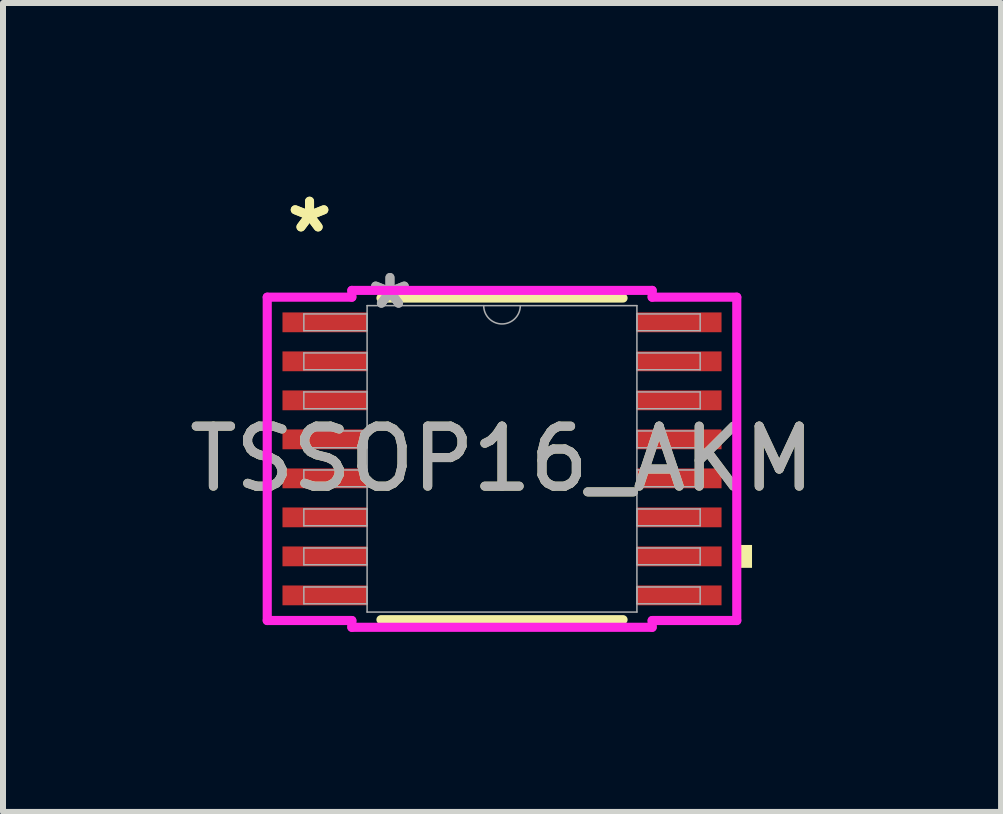
<source format=kicad_pcb>
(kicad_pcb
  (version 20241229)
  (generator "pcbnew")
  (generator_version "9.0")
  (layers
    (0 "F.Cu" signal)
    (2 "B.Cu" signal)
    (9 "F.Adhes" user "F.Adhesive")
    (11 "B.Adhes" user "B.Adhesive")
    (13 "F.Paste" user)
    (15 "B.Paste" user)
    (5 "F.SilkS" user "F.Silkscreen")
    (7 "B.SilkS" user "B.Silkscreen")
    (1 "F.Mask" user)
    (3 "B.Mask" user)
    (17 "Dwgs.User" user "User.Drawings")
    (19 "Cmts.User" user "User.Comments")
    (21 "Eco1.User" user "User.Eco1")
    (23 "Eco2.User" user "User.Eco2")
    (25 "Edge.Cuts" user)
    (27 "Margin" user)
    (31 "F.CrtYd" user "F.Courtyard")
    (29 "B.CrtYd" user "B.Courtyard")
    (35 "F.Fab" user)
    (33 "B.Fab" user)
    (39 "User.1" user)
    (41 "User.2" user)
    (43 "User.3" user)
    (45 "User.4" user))
  (footprint "TSSOP16_AKM"
    (layer "F.Cu")
    (at 5.315 4.596)
    (property "Reference" "TSSOP16_AKM" (at 0 0 0) (unlocked yes) (layer "F.SilkS") (effects (font (size 1 1) (thickness 0.15))))
    (attr smd)
    (fp_line (start -2.017 2.68) (end 2.017 2.68) (stroke (width 0.152) (type solid)) (layer "F.SilkS"))
    (fp_line (start 2.017 -2.68) (end -2.017 -2.68) (stroke (width 0.152) (type solid)) (layer "F.SilkS"))
    (fp_poly (pts (xy 4.166 1.435) (xy 4.166 1.816) (xy 3.912 1.816) (xy 3.912 1.435)) (stroke (width 0) (type solid)) (fill yes) (layer "F.SilkS"))
    (fp_line (start -3.912 -2.694) (end -2.502 -2.694) (stroke (width 0.152) (type solid)) (layer "F.CrtYd"))
    (fp_line (start -3.912 2.694) (end -3.912 -2.694) (stroke (width 0.152) (type solid)) (layer "F.CrtYd"))
    (fp_line (start -3.912 2.694) (end -2.502 2.694) (stroke (width 0.152) (type solid)) (layer "F.CrtYd"))
    (fp_line (start -2.502 -2.807) (end 2.502 -2.807) (stroke (width 0.152) (type solid)) (layer "F.CrtYd"))
    (fp_line (start -2.502 -2.694) (end -2.502 -2.807) (stroke (width 0.152) (type solid)) (layer "F.CrtYd"))
    (fp_line (start -2.502 2.807) (end -2.502 2.694) (stroke (width 0.152) (type solid)) (layer "F.CrtYd"))
    (fp_line (start 2.502 -2.807) (end 2.502 -2.694) (stroke (width 0.152) (type solid)) (layer "F.CrtYd"))
    (fp_line (start 2.502 2.694) (end 2.502 2.807) (stroke (width 0.152) (type solid)) (layer "F.CrtYd"))
    (fp_line (start 2.502 2.807) (end -2.502 2.807) (stroke (width 0.152) (type solid)) (layer "F.CrtYd"))
    (fp_line (start 3.912 -2.694) (end 2.502 -2.694) (stroke (width 0.152) (type solid)) (layer "F.CrtYd"))
    (fp_line (start 3.912 -2.694) (end 3.912 2.694) (stroke (width 0.152) (type solid)) (layer "F.CrtYd"))
    (fp_line (start 3.912 2.694) (end 2.502 2.694) (stroke (width 0.152) (type solid)) (layer "F.CrtYd"))
    (fp_line (start -3.302 -2.415) (end -3.302 -2.135) (stroke (width 0.025) (type solid)) (layer "F.Fab"))
    (fp_line (start -3.302 -2.135) (end -2.248 -2.135) (stroke (width 0.025) (type solid)) (layer "F.Fab"))
    (fp_line (start -3.302 -1.765) (end -3.302 -1.485) (stroke (width 0.025) (type solid)) (layer "F.Fab"))
    (fp_line (start -3.302 -1.485) (end -2.248 -1.485) (stroke (width 0.025) (type solid)) (layer "F.Fab"))
    (fp_line (start -3.302 -1.115) (end -3.302 -0.835) (stroke (width 0.025) (type solid)) (layer "F.Fab"))
    (fp_line (start -3.302 -0.835) (end -2.248 -0.835) (stroke (width 0.025) (type solid)) (layer "F.Fab"))
    (fp_line (start -3.302 -0.465) (end -3.302 -0.185) (stroke (width 0.025) (type solid)) (layer "F.Fab"))
    (fp_line (start -3.302 -0.185) (end -2.248 -0.185) (stroke (width 0.025) (type solid)) (layer "F.Fab"))
    (fp_line (start -3.302 0.185) (end -3.302 0.465) (stroke (width 0.025) (type solid)) (layer "F.Fab"))
    (fp_line (start -3.302 0.465) (end -2.248 0.465) (stroke (width 0.025) (type solid)) (layer "F.Fab"))
    (fp_line (start -3.302 0.835) (end -3.302 1.115) (stroke (width 0.025) (type solid)) (layer "F.Fab"))
    (fp_line (start -3.302 1.115) (end -2.248 1.115) (stroke (width 0.025) (type solid)) (layer "F.Fab"))
    (fp_line (start -3.302 1.485) (end -3.302 1.765) (stroke (width 0.025) (type solid)) (layer "F.Fab"))
    (fp_line (start -3.302 1.765) (end -2.248 1.765) (stroke (width 0.025) (type solid)) (layer "F.Fab"))
    (fp_line (start -3.302 2.135) (end -3.302 2.415) (stroke (width 0.025) (type solid)) (layer "F.Fab"))
    (fp_line (start -3.302 2.415) (end -2.248 2.415) (stroke (width 0.025) (type solid)) (layer "F.Fab"))
    (fp_line (start -2.248 -2.553) (end -2.248 2.553) (stroke (width 0.025) (type solid)) (layer "F.Fab"))
    (fp_line (start -2.248 -2.415) (end -3.302 -2.415) (stroke (width 0.025) (type solid)) (layer "F.Fab"))
    (fp_line (start -2.248 -2.135) (end -2.248 -2.415) (stroke (width 0.025) (type solid)) (layer "F.Fab"))
    (fp_line (start -2.248 -1.765) (end -3.302 -1.765) (stroke (width 0.025) (type solid)) (layer "F.Fab"))
    (fp_line (start -2.248 -1.485) (end -2.248 -1.765) (stroke (width 0.025) (type solid)) (layer "F.Fab"))
    (fp_line (start -2.248 -1.115) (end -3.302 -1.115) (stroke (width 0.025) (type solid)) (layer "F.Fab"))
    (fp_line (start -2.248 -0.835) (end -2.248 -1.115) (stroke (width 0.025) (type solid)) (layer "F.Fab"))
    (fp_line (start -2.248 -0.465) (end -3.302 -0.465) (stroke (width 0.025) (type solid)) (layer "F.Fab"))
    (fp_line (start -2.248 -0.185) (end -2.248 -0.465) (stroke (width 0.025) (type solid)) (layer "F.Fab"))
    (fp_line (start -2.248 0.185) (end -3.302 0.185) (stroke (width 0.025) (type solid)) (layer "F.Fab"))
    (fp_line (start -2.248 0.465) (end -2.248 0.185) (stroke (width 0.025) (type solid)) (layer "F.Fab"))
    (fp_line (start -2.248 0.835) (end -3.302 0.835) (stroke (width 0.025) (type solid)) (layer "F.Fab"))
    (fp_line (start -2.248 1.115) (end -2.248 0.835) (stroke (width 0.025) (type solid)) (layer "F.Fab"))
    (fp_line (start -2.248 1.485) (end -3.302 1.485) (stroke (width 0.025) (type solid)) (layer "F.Fab"))
    (fp_line (start -2.248 1.765) (end -2.248 1.485) (stroke (width 0.025) (type solid)) (layer "F.Fab"))
    (fp_line (start -2.248 2.135) (end -3.302 2.135) (stroke (width 0.025) (type solid)) (layer "F.Fab"))
    (fp_line (start -2.248 2.415) (end -2.248 2.135) (stroke (width 0.025) (type solid)) (layer "F.Fab"))
    (fp_line (start -2.248 2.553) (end 2.248 2.553) (stroke (width 0.025) (type solid)) (layer "F.Fab"))
    (fp_line (start 2.248 -2.553) (end -2.248 -2.553) (stroke (width 0.025) (type solid)) (layer "F.Fab"))
    (fp_line (start 2.248 -2.415) (end 2.248 -2.135) (stroke (width 0.025) (type solid)) (layer "F.Fab"))
    (fp_line (start 2.248 -2.135) (end 3.302 -2.135) (stroke (width 0.025) (type solid)) (layer "F.Fab"))
    (fp_line (start 2.248 -1.765) (end 2.248 -1.485) (stroke (width 0.025) (type solid)) (layer "F.Fab"))
    (fp_line (start 2.248 -1.485) (end 3.302 -1.485) (stroke (width 0.025) (type solid)) (layer "F.Fab"))
    (fp_line (start 2.248 -1.115) (end 2.248 -0.835) (stroke (width 0.025) (type solid)) (layer "F.Fab"))
    (fp_line (start 2.248 -0.835) (end 3.302 -0.835) (stroke (width 0.025) (type solid)) (layer "F.Fab"))
    (fp_line (start 2.248 -0.465) (end 2.248 -0.185) (stroke (width 0.025) (type solid)) (layer "F.Fab"))
    (fp_line (start 2.248 -0.185) (end 3.302 -0.185) (stroke (width 0.025) (type solid)) (layer "F.Fab"))
    (fp_line (start 2.248 0.185) (end 2.248 0.465) (stroke (width 0.025) (type solid)) (layer "F.Fab"))
    (fp_line (start 2.248 0.465) (end 3.302 0.465) (stroke (width 0.025) (type solid)) (layer "F.Fab"))
    (fp_line (start 2.248 0.835) (end 2.248 1.115) (stroke (width 0.025) (type solid)) (layer "F.Fab"))
    (fp_line (start 2.248 1.115) (end 3.302 1.115) (stroke (width 0.025) (type solid)) (layer "F.Fab"))
    (fp_line (start 2.248 1.485) (end 2.248 1.765) (stroke (width 0.025) (type solid)) (layer "F.Fab"))
    (fp_line (start 2.248 1.765) (end 3.302 1.765) (stroke (width 0.025) (type solid)) (layer "F.Fab"))
    (fp_line (start 2.248 2.135) (end 2.248 2.415) (stroke (width 0.025) (type solid)) (layer "F.Fab"))
    (fp_line (start 2.248 2.415) (end 3.302 2.415) (stroke (width 0.025) (type solid)) (layer "F.Fab"))
    (fp_line (start 2.248 2.553) (end 2.248 -2.553) (stroke (width 0.025) (type solid)) (layer "F.Fab"))
    (fp_line (start 3.302 -2.415) (end 2.248 -2.415) (stroke (width 0.025) (type solid)) (layer "F.Fab"))
    (fp_line (start 3.302 -2.135) (end 3.302 -2.415) (stroke (width 0.025) (type solid)) (layer "F.Fab"))
    (fp_line (start 3.302 -1.765) (end 2.248 -1.765) (stroke (width 0.025) (type solid)) (layer "F.Fab"))
    (fp_line (start 3.302 -1.485) (end 3.302 -1.765) (stroke (width 0.025) (type solid)) (layer "F.Fab"))
    (fp_line (start 3.302 -1.115) (end 2.248 -1.115) (stroke (width 0.025) (type solid)) (layer "F.Fab"))
    (fp_line (start 3.302 -0.835) (end 3.302 -1.115) (stroke (width 0.025) (type solid)) (layer "F.Fab"))
    (fp_line (start 3.302 -0.465) (end 2.248 -0.465) (stroke (width 0.025) (type solid)) (layer "F.Fab"))
    (fp_line (start 3.302 -0.185) (end 3.302 -0.465) (stroke (width 0.025) (type solid)) (layer "F.Fab"))
    (fp_line (start 3.302 0.185) (end 2.248 0.185) (stroke (width 0.025) (type solid)) (layer "F.Fab"))
    (fp_line (start 3.302 0.465) (end 3.302 0.185) (stroke (width 0.025) (type solid)) (layer "F.Fab"))
    (fp_line (start 3.302 0.835) (end 2.248 0.835) (stroke (width 0.025) (type solid)) (layer "F.Fab"))
    (fp_line (start 3.302 1.115) (end 3.302 0.835) (stroke (width 0.025) (type solid)) (layer "F.Fab"))
    (fp_line (start 3.302 1.485) (end 2.248 1.485) (stroke (width 0.025) (type solid)) (layer "F.Fab"))
    (fp_line (start 3.302 1.765) (end 3.302 1.485) (stroke (width 0.025) (type solid)) (layer "F.Fab"))
    (fp_line (start 3.302 2.135) (end 2.248 2.135) (stroke (width 0.025) (type solid)) (layer "F.Fab"))
    (fp_line (start 3.302 2.415) (end 3.302 2.135) (stroke (width 0.025) (type solid)) (layer "F.Fab"))
    (fp_arc (start 0.3048 -2.5527) (mid 0 -2.2479) (end -0.3048 -2.5527) (stroke (width 0.0254) (type solid)) (layer "F.Fab"))
    (fp_text user "*" (at -3.207 -3.748 0) (layer "F.SilkS") (effects (font (size 1 1) (thickness 0.15))))
    (fp_text user "*" (at -3.207 -3.748 0) (unlocked yes) (layer "F.SilkS") (effects (font (size 1 1) (thickness 0.15))))
    (fp_text user "${REFERENCE}" (at 0 0 0) (unlocked yes) (layer "F.Fab") (effects (font (size 1 1) (thickness 0.15))))
    (fp_text user "*" (at -1.867 -2.477 0) (unlocked yes) (layer "F.Fab") (effects (font (size 1 1) (thickness 0.15))))
    (fp_text user "*" (at -1.867 -2.477 0) (layer "F.Fab") (effects (font (size 1 1) (thickness 0.15))))
    (pad "1" smd rect (at -2.953 -2.275) (size 1.41 0.33) (layers "F.Cu" "F.Mask" "F.Paste"))
    (pad "2" smd rect (at -2.953 -1.625) (size 1.41 0.33) (layers "F.Cu" "F.Mask" "F.Paste"))
    (pad "3" smd rect (at -2.953 -0.975) (size 1.41 0.33) (layers "F.Cu" "F.Mask" "F.Paste"))
    (pad "4" smd rect (at -2.953 -0.325) (size 1.41 0.33) (layers "F.Cu" "F.Mask" "F.Paste"))
    (pad "5" smd rect (at -2.953 0.325) (size 1.41 0.33) (layers "F.Cu" "F.Mask" "F.Paste"))
    (pad "6" smd rect (at -2.953 0.975) (size 1.41 0.33) (layers "F.Cu" "F.Mask" "F.Paste"))
    (pad "7" smd rect (at -2.953 1.625) (size 1.41 0.33) (layers "F.Cu" "F.Mask" "F.Paste"))
    (pad "8" smd rect (at -2.953 2.275) (size 1.41 0.33) (layers "F.Cu" "F.Mask" "F.Paste"))
    (pad "9" smd rect (at 2.953 2.275) (size 1.41 0.33) (layers "F.Cu" "F.Mask" "F.Paste"))
    (pad "10" smd rect (at 2.953 1.625) (size 1.41 0.33) (layers "F.Cu" "F.Mask" "F.Paste"))
    (pad "11" smd rect (at 2.953 0.975) (size 1.41 0.33) (layers "F.Cu" "F.Mask" "F.Paste"))
    (pad "12" smd rect (at 2.953 0.325) (size 1.41 0.33) (layers "F.Cu" "F.Mask" "F.Paste"))
    (pad "13" smd rect (at 2.953 -0.325) (size 1.41 0.33) (layers "F.Cu" "F.Mask" "F.Paste"))
    (pad "14" smd rect (at 2.953 -0.975) (size 1.41 0.33) (layers "F.Cu" "F.Mask" "F.Paste"))
    (pad "15" smd rect (at 2.953 -1.625) (size 1.41 0.33) (layers "F.Cu" "F.Mask" "F.Paste"))
    (pad "16" smd rect (at 2.953 -2.275) (size 1.41 0.33) (layers "F.Cu" "F.Mask" "F.Paste")))
  (gr_rect
    (start -3 -3)
    (end 13.631 10.479)
    (stroke (width 0.1) (type default))
    (fill no)
    (layer "Edge.Cuts")))
</source>
